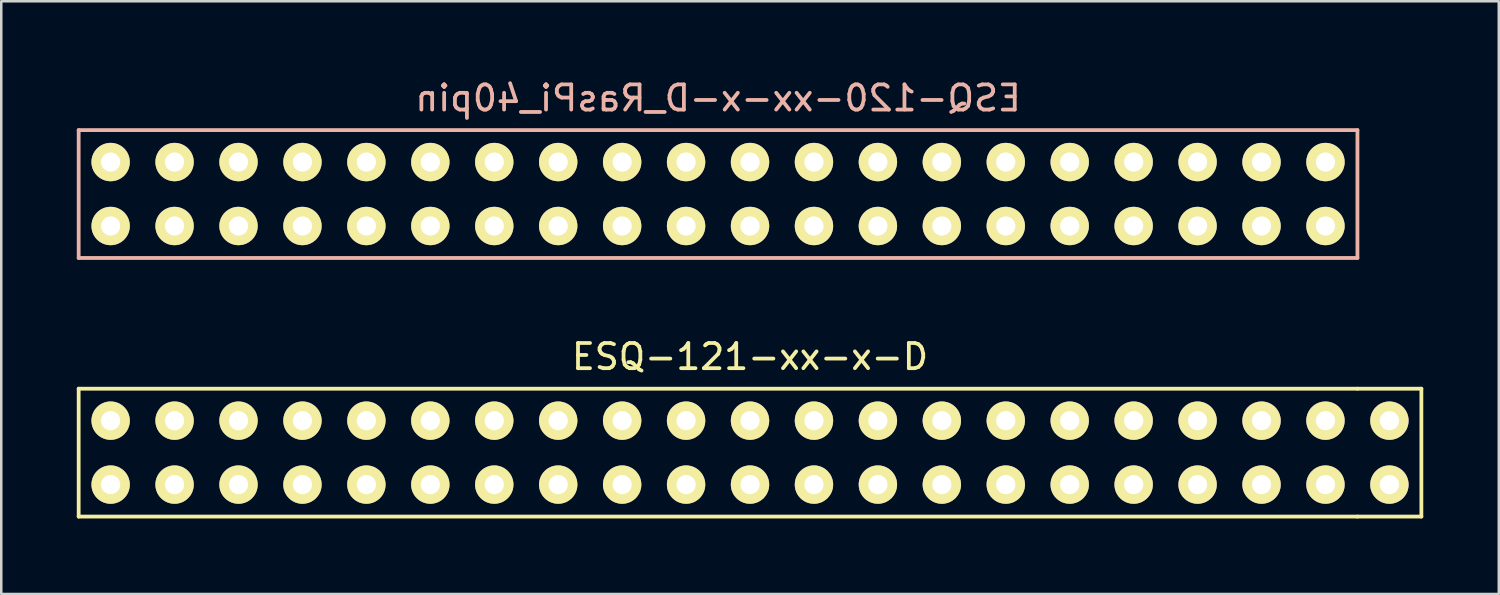
<source format=kicad_pcb>
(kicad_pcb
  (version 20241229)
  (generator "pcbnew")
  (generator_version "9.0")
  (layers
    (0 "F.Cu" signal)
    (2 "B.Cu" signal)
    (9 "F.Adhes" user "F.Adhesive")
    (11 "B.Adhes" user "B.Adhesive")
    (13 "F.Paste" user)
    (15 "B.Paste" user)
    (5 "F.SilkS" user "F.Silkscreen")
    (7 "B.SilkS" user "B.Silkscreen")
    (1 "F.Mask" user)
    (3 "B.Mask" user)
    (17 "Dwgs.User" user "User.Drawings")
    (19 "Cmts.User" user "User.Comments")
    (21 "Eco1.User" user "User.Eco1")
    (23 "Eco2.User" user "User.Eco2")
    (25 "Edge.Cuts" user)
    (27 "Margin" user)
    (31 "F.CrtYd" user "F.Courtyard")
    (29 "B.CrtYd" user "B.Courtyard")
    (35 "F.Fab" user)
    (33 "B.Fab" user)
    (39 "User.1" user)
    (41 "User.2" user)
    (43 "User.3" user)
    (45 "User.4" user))
  (footprint "ESQ-120-xx-x-D_RasPi_40pin"
    (layer "F.Cu")
    (at 25.475 4.658)
    (property "Reference" "ESQ-120-xx-x-D_RasPi_40pin" (at 0 -3.81 0) (layer "B.SilkS") (effects (font (size 1 1) (thickness 0.15)) (justify mirror)))
    (attr through_hole)
    (fp_line (start -25.4 -2.54) (end 25.4 -2.54) (stroke (width 0.15) (type solid)) (layer "B.SilkS"))
    (fp_line (start -25.4 2.54) (end -25.4 -2.54) (stroke (width 0.15) (type solid)) (layer "B.SilkS"))
    (fp_line (start 25.4 -2.54) (end 25.4 2.54) (stroke (width 0.15) (type solid)) (layer "B.SilkS"))
    (fp_line (start 25.4 2.54) (end -25.4 2.54) (stroke (width 0.15) (type solid)) (layer "B.SilkS"))
    (pad "1" thru_hole circle (at -24.13 1.27) (size 1.524 1.524) (drill 0.762) (layers "*.Mask" "F.Cu" "F.SilkS"))
    (pad "2" thru_hole circle (at -24.13 -1.27) (size 1.524 1.524) (drill 0.762) (layers "*.Mask" "F.Cu" "F.SilkS"))
    (pad "3" thru_hole circle (at -21.59 1.27) (size 1.524 1.524) (drill 0.762) (layers "*.Mask" "F.Cu" "F.SilkS"))
    (pad "4" thru_hole circle (at -21.59 -1.27) (size 1.524 1.524) (drill 0.762) (layers "*.Mask" "F.Cu" "F.SilkS"))
    (pad "5" thru_hole circle (at -19.05 1.27) (size 1.524 1.524) (drill 0.762) (layers "*.Mask" "F.Cu" "F.SilkS"))
    (pad "6" thru_hole circle (at -19.05 -1.27) (size 1.524 1.524) (drill 0.762) (layers "*.Mask" "F.Cu" "F.SilkS"))
    (pad "7" thru_hole circle (at -16.51 1.27) (size 1.524 1.524) (drill 0.762) (layers "*.Mask" "F.Cu" "F.SilkS"))
    (pad "8" thru_hole circle (at -16.51 -1.27) (size 1.524 1.524) (drill 0.762) (layers "*.Mask" "F.Cu" "F.SilkS"))
    (pad "9" thru_hole circle (at -13.97 1.27) (size 1.524 1.524) (drill 0.762) (layers "*.Mask" "F.Cu" "F.SilkS"))
    (pad "10" thru_hole circle (at -13.97 -1.27) (size 1.524 1.524) (drill 0.762) (layers "*.Mask" "F.Cu" "F.SilkS"))
    (pad "11" thru_hole circle (at -11.43 1.27) (size 1.524 1.524) (drill 0.762) (layers "*.Mask" "F.Cu" "F.SilkS"))
    (pad "12" thru_hole circle (at -11.43 -1.27) (size 1.524 1.524) (drill 0.762) (layers "*.Mask" "F.Cu" "F.SilkS"))
    (pad "13" thru_hole circle (at -8.89 1.27) (size 1.524 1.524) (drill 0.762) (layers "*.Mask" "F.Cu" "F.SilkS"))
    (pad "14" thru_hole circle (at -8.89 -1.27) (size 1.524 1.524) (drill 0.762) (layers "*.Mask" "F.Cu" "F.SilkS"))
    (pad "15" thru_hole circle (at -6.35 1.27) (size 1.524 1.524) (drill 0.762) (layers "*.Mask" "F.Cu" "F.SilkS"))
    (pad "16" thru_hole circle (at -6.35 -1.27) (size 1.524 1.524) (drill 0.762) (layers "*.Mask" "F.Cu" "F.SilkS"))
    (pad "17" thru_hole circle (at -3.81 1.27) (size 1.524 1.524) (drill 0.762) (layers "*.Mask" "F.Cu" "F.SilkS"))
    (pad "18" thru_hole circle (at -3.81 -1.27) (size 1.524 1.524) (drill 0.762) (layers "*.Mask" "F.Cu" "F.SilkS"))
    (pad "19" thru_hole circle (at -1.27 1.27) (size 1.524 1.524) (drill 0.762) (layers "*.Mask" "F.Cu" "F.SilkS"))
    (pad "20" thru_hole circle (at -1.27 -1.27) (size 1.524 1.524) (drill 0.762) (layers "*.Mask" "F.Cu" "F.SilkS"))
    (pad "21" thru_hole circle (at 1.27 1.27) (size 1.524 1.524) (drill 0.762) (layers "*.Mask" "F.Cu" "F.SilkS"))
    (pad "22" thru_hole circle (at 1.27 -1.27) (size 1.524 1.524) (drill 0.762) (layers "*.Mask" "F.Cu" "F.SilkS"))
    (pad "23" thru_hole circle (at 3.81 1.27) (size 1.524 1.524) (drill 0.762) (layers "*.Mask" "F.Cu" "F.SilkS"))
    (pad "24" thru_hole circle (at 3.81 -1.27) (size 1.524 1.524) (drill 0.762) (layers "*.Mask" "F.Cu" "F.SilkS"))
    (pad "25" thru_hole circle (at 6.35 1.27) (size 1.524 1.524) (drill 0.762) (layers "*.Mask" "F.Cu" "F.SilkS"))
    (pad "26" thru_hole circle (at 6.35 -1.27) (size 1.524 1.524) (drill 0.762) (layers "*.Mask" "F.Cu" "F.SilkS"))
    (pad "27" thru_hole circle (at 8.89 1.27) (size 1.524 1.524) (drill 0.762) (layers "*.Mask" "F.Cu" "F.SilkS"))
    (pad "28" thru_hole circle (at 8.89 -1.27) (size 1.524 1.524) (drill 0.762) (layers "*.Mask" "F.Cu" "F.SilkS"))
    (pad "29" thru_hole circle (at 11.43 1.27) (size 1.524 1.524) (drill 0.762) (layers "*.Mask" "F.Cu" "F.SilkS"))
    (pad "30" thru_hole circle (at 11.43 -1.27) (size 1.524 1.524) (drill 0.762) (layers "*.Mask" "F.Cu" "F.SilkS"))
    (pad "31" thru_hole circle (at 13.97 1.27) (size 1.524 1.524) (drill 0.762) (layers "*.Mask" "F.Cu" "F.SilkS"))
    (pad "32" thru_hole circle (at 13.97 -1.27) (size 1.524 1.524) (drill 0.762) (layers "*.Mask" "F.Cu" "F.SilkS"))
    (pad "33" thru_hole circle (at 16.51 1.27) (size 1.524 1.524) (drill 0.762) (layers "*.Mask" "F.Cu" "F.SilkS"))
    (pad "34" thru_hole circle (at 16.51 -1.27) (size 1.524 1.524) (drill 0.762) (layers "*.Mask" "F.Cu" "F.SilkS"))
    (pad "35" thru_hole circle (at 19.05 1.27) (size 1.524 1.524) (drill 0.762) (layers "*.Mask" "F.Cu" "F.SilkS"))
    (pad "36" thru_hole circle (at 19.05 -1.27) (size 1.524 1.524) (drill 0.762) (layers "*.Mask" "F.Cu" "F.SilkS"))
    (pad "37" thru_hole circle (at 21.59 1.27) (size 1.524 1.524) (drill 0.762) (layers "*.Mask" "F.Cu" "F.SilkS"))
    (pad "38" thru_hole circle (at 21.59 -1.27) (size 1.524 1.524) (drill 0.762) (layers "*.Mask" "F.Cu" "F.SilkS"))
    (pad "39" thru_hole circle (at 24.13 1.27) (size 1.524 1.524) (drill 0.762) (layers "*.Mask" "F.Cu" "F.SilkS"))
    (pad "40" thru_hole circle (at 24.13 -1.27) (size 1.524 1.524) (drill 0.762) (layers "*.Mask" "F.Cu" "F.SilkS")))
  (footprint "ESQ-121-xx-x-D"
    (layer "F.Cu")
    (at 26.745 14.931)
    (property "Reference" "ESQ-121-xx-x-D" (at 0 -3.81 0) (layer "F.SilkS") (effects (font (size 1 1) (thickness 0.15))))
    (attr through_hole)
    (fp_line (start -26.67 -2.54) (end 24.13 -2.54) (stroke (width 0.15) (type solid)) (layer "F.SilkS"))
    (fp_line (start -26.67 2.54) (end -26.67 -2.54) (stroke (width 0.15) (type solid)) (layer "F.SilkS"))
    (fp_line (start 24.13 -2.54) (end 26.67 -2.54) (stroke (width 0.15) (type solid)) (layer "F.SilkS"))
    (fp_line (start 24.13 2.54) (end -26.67 2.54) (stroke (width 0.15) (type solid)) (layer "F.SilkS"))
    (fp_line (start 26.67 -2.54) (end 26.67 2.54) (stroke (width 0.15) (type solid)) (layer "F.SilkS"))
    (fp_line (start 26.67 2.54) (end 24.13 2.54) (stroke (width 0.15) (type solid)) (layer "F.SilkS"))
    (pad "1" thru_hole circle (at -25.4 -1.27) (size 1.524 1.524) (drill 0.762) (layers "*.Mask" "B.Cu" "F.SilkS"))
    (pad "2" thru_hole circle (at -25.4 1.27) (size 1.524 1.524) (drill 0.762) (layers "*.Mask" "B.Cu" "F.SilkS"))
    (pad "3" thru_hole circle (at -22.86 -1.27) (size 1.524 1.524) (drill 0.762) (layers "*.Mask" "B.Cu" "F.SilkS"))
    (pad "4" thru_hole circle (at -22.86 1.27) (size 1.524 1.524) (drill 0.762) (layers "*.Mask" "B.Cu" "F.SilkS"))
    (pad "5" thru_hole circle (at -20.32 -1.27) (size 1.524 1.524) (drill 0.762) (layers "*.Mask" "B.Cu" "F.SilkS"))
    (pad "6" thru_hole circle (at -20.32 1.27) (size 1.524 1.524) (drill 0.762) (layers "*.Mask" "B.Cu" "F.SilkS"))
    (pad "7" thru_hole circle (at -17.78 -1.27) (size 1.524 1.524) (drill 0.762) (layers "*.Mask" "B.Cu" "F.SilkS"))
    (pad "8" thru_hole circle (at -17.78 1.27) (size 1.524 1.524) (drill 0.762) (layers "*.Mask" "B.Cu" "F.SilkS"))
    (pad "9" thru_hole circle (at -15.24 -1.27) (size 1.524 1.524) (drill 0.762) (layers "*.Mask" "B.Cu" "F.SilkS"))
    (pad "10" thru_hole circle (at -15.24 1.27) (size 1.524 1.524) (drill 0.762) (layers "*.Mask" "B.Cu" "F.SilkS"))
    (pad "11" thru_hole circle (at -12.7 -1.27) (size 1.524 1.524) (drill 0.762) (layers "*.Mask" "B.Cu" "F.SilkS"))
    (pad "12" thru_hole circle (at -12.7 1.27) (size 1.524 1.524) (drill 0.762) (layers "*.Mask" "B.Cu" "F.SilkS"))
    (pad "13" thru_hole circle (at -10.16 -1.27) (size 1.524 1.524) (drill 0.762) (layers "*.Mask" "B.Cu" "F.SilkS"))
    (pad "14" thru_hole circle (at -10.16 1.27) (size 1.524 1.524) (drill 0.762) (layers "*.Mask" "B.Cu" "F.SilkS"))
    (pad "15" thru_hole circle (at -7.62 -1.27) (size 1.524 1.524) (drill 0.762) (layers "*.Mask" "B.Cu" "F.SilkS"))
    (pad "16" thru_hole circle (at -7.62 1.27) (size 1.524 1.524) (drill 0.762) (layers "*.Mask" "B.Cu" "F.SilkS"))
    (pad "17" thru_hole circle (at -5.08 -1.27) (size 1.524 1.524) (drill 0.762) (layers "*.Mask" "B.Cu" "F.SilkS"))
    (pad "18" thru_hole circle (at -5.08 1.27) (size 1.524 1.524) (drill 0.762) (layers "*.Mask" "B.Cu" "F.SilkS"))
    (pad "19" thru_hole circle (at -2.54 -1.27) (size 1.524 1.524) (drill 0.762) (layers "*.Mask" "B.Cu" "F.SilkS"))
    (pad "20" thru_hole circle (at -2.54 1.27) (size 1.524 1.524) (drill 0.762) (layers "*.Mask" "B.Cu" "F.SilkS"))
    (pad "21" thru_hole circle (at 0 -1.27) (size 1.524 1.524) (drill 0.762) (layers "*.Mask" "B.Cu" "F.SilkS"))
    (pad "22" thru_hole circle (at 0 1.27) (size 1.524 1.524) (drill 0.762) (layers "*.Mask" "B.Cu" "F.SilkS"))
    (pad "23" thru_hole circle (at 2.54 -1.27) (size 1.524 1.524) (drill 0.762) (layers "*.Mask" "B.Cu" "F.SilkS"))
    (pad "24" thru_hole circle (at 2.54 1.27) (size 1.524 1.524) (drill 0.762) (layers "*.Mask" "B.Cu" "F.SilkS"))
    (pad "25" thru_hole circle (at 5.08 -1.27) (size 1.524 1.524) (drill 0.762) (layers "*.Mask" "B.Cu" "F.SilkS"))
    (pad "26" thru_hole circle (at 5.08 1.27) (size 1.524 1.524) (drill 0.762) (layers "*.Mask" "B.Cu" "F.SilkS"))
    (pad "27" thru_hole circle (at 7.62 -1.27) (size 1.524 1.524) (drill 0.762) (layers "*.Mask" "B.Cu" "F.SilkS"))
    (pad "28" thru_hole circle (at 7.62 1.27) (size 1.524 1.524) (drill 0.762) (layers "*.Mask" "B.Cu" "F.SilkS"))
    (pad "29" thru_hole circle (at 10.16 -1.27) (size 1.524 1.524) (drill 0.762) (layers "*.Mask" "B.Cu" "F.SilkS"))
    (pad "30" thru_hole circle (at 10.16 1.27) (size 1.524 1.524) (drill 0.762) (layers "*.Mask" "B.Cu" "F.SilkS"))
    (pad "31" thru_hole circle (at 12.7 -1.27) (size 1.524 1.524) (drill 0.762) (layers "*.Mask" "B.Cu" "F.SilkS"))
    (pad "32" thru_hole circle (at 12.7 1.27) (size 1.524 1.524) (drill 0.762) (layers "*.Mask" "B.Cu" "F.SilkS"))
    (pad "33" thru_hole circle (at 15.24 -1.27) (size 1.524 1.524) (drill 0.762) (layers "*.Mask" "B.Cu" "F.SilkS"))
    (pad "34" thru_hole circle (at 15.24 1.27) (size 1.524 1.524) (drill 0.762) (layers "*.Mask" "B.Cu" "F.SilkS"))
    (pad "35" thru_hole circle (at 17.78 -1.27) (size 1.524 1.524) (drill 0.762) (layers "*.Mask" "B.Cu" "F.SilkS"))
    (pad "36" thru_hole circle (at 17.78 1.27) (size 1.524 1.524) (drill 0.762) (layers "*.Mask" "B.Cu" "F.SilkS"))
    (pad "37" thru_hole circle (at 20.32 -1.27) (size 1.524 1.524) (drill 0.762) (layers "*.Mask" "B.Cu" "F.SilkS"))
    (pad "38" thru_hole circle (at 20.32 1.27) (size 1.524 1.524) (drill 0.762) (layers "*.Mask" "B.Cu" "F.SilkS"))
    (pad "39" thru_hole circle (at 22.86 -1.27) (size 1.524 1.524) (drill 0.762) (layers "*.Mask" "B.Cu" "F.SilkS"))
    (pad "40" thru_hole circle (at 22.86 1.27) (size 1.524 1.524) (drill 0.762) (layers "*.Mask" "B.Cu" "F.SilkS"))
    (pad "41" thru_hole circle (at 25.4 -1.27) (size 1.524 1.524) (drill 0.762) (layers "*.Mask" "B.Cu" "F.SilkS"))
    (pad "42" thru_hole circle (at 25.4 1.27) (size 1.524 1.524) (drill 0.762) (layers "*.Mask" "B.Cu" "F.SilkS")))
  (gr_rect
    (start -3 -3)
    (end 56.49 20.547)
    (stroke (width 0.1) (type default))
    (fill no)
    (layer "Edge.Cuts")))
</source>
